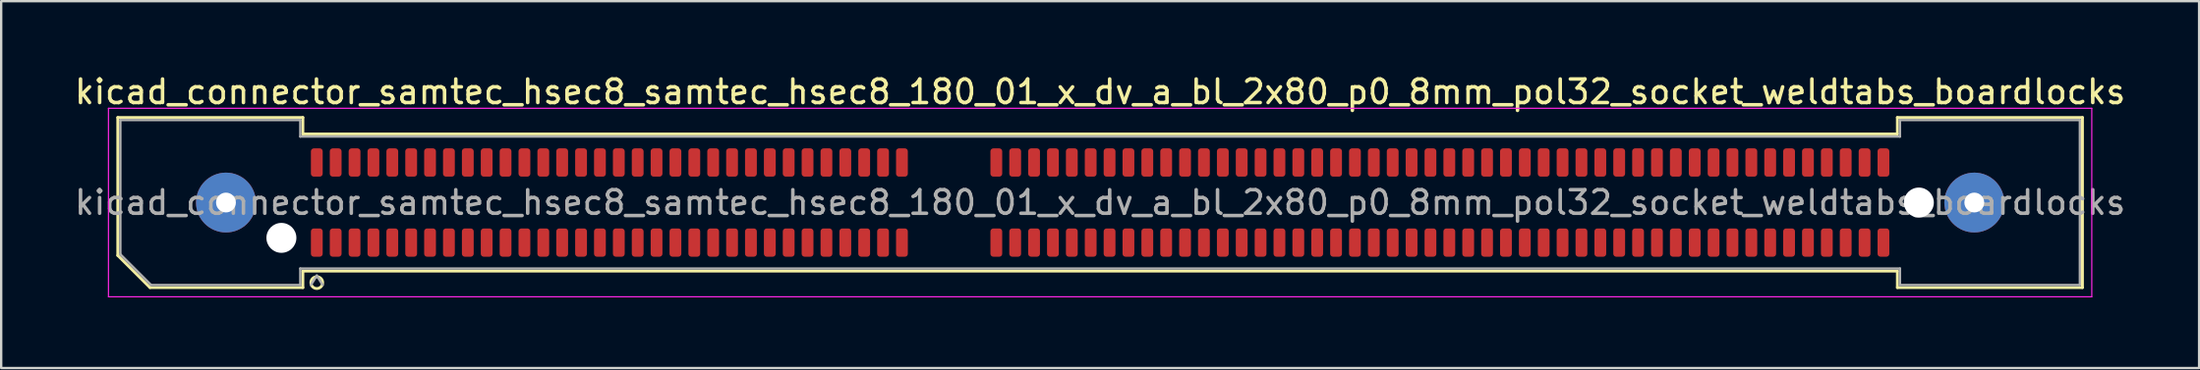
<source format=kicad_pcb>
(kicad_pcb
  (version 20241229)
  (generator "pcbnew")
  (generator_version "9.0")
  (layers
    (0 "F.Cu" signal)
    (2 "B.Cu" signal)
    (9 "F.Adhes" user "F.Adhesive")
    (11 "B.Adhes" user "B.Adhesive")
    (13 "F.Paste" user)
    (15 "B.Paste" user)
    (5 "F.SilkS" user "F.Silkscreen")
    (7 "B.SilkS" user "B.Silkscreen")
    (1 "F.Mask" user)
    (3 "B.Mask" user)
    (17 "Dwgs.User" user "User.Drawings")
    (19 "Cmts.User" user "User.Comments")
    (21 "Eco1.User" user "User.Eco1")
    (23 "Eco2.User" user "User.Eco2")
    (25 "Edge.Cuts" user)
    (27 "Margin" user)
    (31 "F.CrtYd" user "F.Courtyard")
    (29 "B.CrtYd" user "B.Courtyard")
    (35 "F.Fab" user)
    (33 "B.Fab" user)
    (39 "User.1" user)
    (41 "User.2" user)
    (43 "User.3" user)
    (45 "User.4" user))
  (footprint "kicad_connector_samtec_hsec8_samtec_hsec8_180_01_x_dv_a_bl_2x80_p0_8mm_pol32_socket_weldtabs_boardlocks"
    (layer "F.Cu")
    (at 43.577 5.548)
    (property "Reference" "kicad_connector_samtec_hsec8_samtec_hsec8_180_01_x_dv_a_bl_2x80_p0_8mm_pol32_socket_weldtabs_boardlocks" (at 0 -4.7 0) (layer "F.SilkS") (effects (font (size 1 1) (thickness 0.15))))
    (attr smd)
    (fp_line (start -41.635 -3.61) (end -33.79 -3.61) (stroke (width 0.12) (type solid)) (layer "F.SilkS"))
    (fp_line (start -41.635 2.246) (end -41.635 -3.61) (stroke (width 0.12) (type solid)) (layer "F.SilkS"))
    (fp_line (start -40.271 3.61) (end -41.635 2.246) (stroke (width 0.12) (type solid)) (layer "F.SilkS"))
    (fp_line (start -33.79 -3.61) (end -33.79 -2.91) (stroke (width 0.12) (type solid)) (layer "F.SilkS"))
    (fp_line (start -33.79 -2.91) (end 33.79 -2.91) (stroke (width 0.12) (type solid)) (layer "F.SilkS"))
    (fp_line (start -33.79 2.91) (end -33.79 3.61) (stroke (width 0.12) (type solid)) (layer "F.SilkS"))
    (fp_line (start -33.79 3.61) (end -40.271 3.61) (stroke (width 0.12) (type solid)) (layer "F.SilkS"))
    (fp_line (start 33.79 -3.61) (end 41.635 -3.61) (stroke (width 0.12) (type solid)) (layer "F.SilkS"))
    (fp_line (start 33.79 -2.91) (end 33.79 -3.61) (stroke (width 0.12) (type solid)) (layer "F.SilkS"))
    (fp_line (start 33.79 2.91) (end -33.79 2.91) (stroke (width 0.12) (type solid)) (layer "F.SilkS"))
    (fp_line (start 33.79 3.61) (end 33.79 2.91) (stroke (width 0.12) (type solid)) (layer "F.SilkS"))
    (fp_line (start 41.635 -3.61) (end 41.635 3.61) (stroke (width 0.12) (type solid)) (layer "F.SilkS"))
    (fp_line (start 41.635 3.61) (end 33.79 3.61) (stroke (width 0.12) (type solid)) (layer "F.SilkS"))
    (fp_circle (center -33.2 3.4) (end -32.95 3.4) (stroke (width 0.12) (type solid)) (fill no) (layer "F.SilkS"))
    (fp_line (start -42.03 -4) (end -42.03 4) (stroke (width 0.05) (type solid)) (layer "F.CrtYd"))
    (fp_line (start -42.03 4) (end 42.03 4) (stroke (width 0.05) (type solid)) (layer "F.CrtYd"))
    (fp_line (start 42.03 -4) (end -42.03 -4) (stroke (width 0.05) (type solid)) (layer "F.CrtYd"))
    (fp_line (start 42.03 4) (end 42.03 -4) (stroke (width 0.05) (type solid)) (layer "F.CrtYd"))
    (fp_line (start -41.525 -3.5) (end -33.9 -3.5) (stroke (width 0.1) (type solid)) (layer "F.Fab"))
    (fp_line (start -41.525 2.2) (end -41.525 -3.5) (stroke (width 0.1) (type solid)) (layer "F.Fab"))
    (fp_line (start -40.225 3.5) (end -41.525 2.2) (stroke (width 0.1) (type solid)) (layer "F.Fab"))
    (fp_line (start -33.9 -3.5) (end -33.9 -2.8) (stroke (width 0.1) (type solid)) (layer "F.Fab"))
    (fp_line (start -33.9 -2.8) (end 33.9 -2.8) (stroke (width 0.1) (type solid)) (layer "F.Fab"))
    (fp_line (start -33.9 2.8) (end -33.9 3.5) (stroke (width 0.1) (type solid)) (layer "F.Fab"))
    (fp_line (start -33.9 3.5) (end -40.225 3.5) (stroke (width 0.1) (type solid)) (layer "F.Fab"))
    (fp_line (start -33.2 3.1) (end -33.45 3.5) (stroke (width 0.1) (type solid)) (layer "F.Fab"))
    (fp_line (start -33.2 3.1) (end -32.95 3.5) (stroke (width 0.1) (type solid)) (layer "F.Fab"))
    (fp_line (start 33.9 -3.5) (end 41.525 -3.5) (stroke (width 0.1) (type solid)) (layer "F.Fab"))
    (fp_line (start 33.9 -2.8) (end 33.9 -3.5) (stroke (width 0.1) (type solid)) (layer "F.Fab"))
    (fp_line (start 33.9 2.8) (end -33.9 2.8) (stroke (width 0.1) (type solid)) (layer "F.Fab"))
    (fp_line (start 33.9 3.5) (end 33.9 2.8) (stroke (width 0.1) (type solid)) (layer "F.Fab"))
    (fp_line (start 41.525 -3.5) (end 41.525 3.5) (stroke (width 0.1) (type solid)) (layer "F.Fab"))
    (fp_line (start 41.525 3.5) (end 33.9 3.5) (stroke (width 0.1) (type solid)) (layer "F.Fab"))
    (fp_text user "${REFERENCE}" (at 0 0 0) (layer "F.Fab") (effects (font (size 1 1) (thickness 0.15))))
    (pad "" thru_hole circle (at -37.05 0) (size 2.54 2.54) (drill 0.84) (layers "*.Cu" "*.Mask" "F.Paste"))
    (pad "" np_thru_hole circle (at -34.7 1.5) (size 1.27 1.27) (drill 1.27) (layers "*.Cu" "*.Mask"))
    (pad "" np_thru_hole circle (at 34.7 0) (size 1.27 1.27) (drill 1.27) (layers "*.Cu" "*.Mask"))
    (pad "" thru_hole circle (at 37.05 0) (size 2.54 2.54) (drill 0.84) (layers "*.Cu" "*.Mask" "F.Paste"))
    (pad "1" smd roundrect (at -33.2 1.7) (size 0.5 1.2) (layers "F.Cu" "F.Mask" "F.Paste") (roundrect_rratio 0.25))
    (pad "2" smd roundrect (at -33.2 -1.7) (size 0.5 1.2) (layers "F.Cu" "F.Mask" "F.Paste") (roundrect_rratio 0.25))
    (pad "3" smd roundrect (at -32.4 1.7) (size 0.5 1.2) (layers "F.Cu" "F.Mask" "F.Paste") (roundrect_rratio 0.25))
    (pad "4" smd roundrect (at -32.4 -1.7) (size 0.5 1.2) (layers "F.Cu" "F.Mask" "F.Paste") (roundrect_rratio 0.25))
    (pad "5" smd roundrect (at -31.6 1.7) (size 0.5 1.2) (layers "F.Cu" "F.Mask" "F.Paste") (roundrect_rratio 0.25))
    (pad "6" smd roundrect (at -31.6 -1.7) (size 0.5 1.2) (layers "F.Cu" "F.Mask" "F.Paste") (roundrect_rratio 0.25))
    (pad "7" smd roundrect (at -30.8 1.7) (size 0.5 1.2) (layers "F.Cu" "F.Mask" "F.Paste") (roundrect_rratio 0.25))
    (pad "8" smd roundrect (at -30.8 -1.7) (size 0.5 1.2) (layers "F.Cu" "F.Mask" "F.Paste") (roundrect_rratio 0.25))
    (pad "9" smd roundrect (at -30 1.7) (size 0.5 1.2) (layers "F.Cu" "F.Mask" "F.Paste") (roundrect_rratio 0.25))
    (pad "10" smd roundrect (at -30 -1.7) (size 0.5 1.2) (layers "F.Cu" "F.Mask" "F.Paste") (roundrect_rratio 0.25))
    (pad "11" smd roundrect (at -29.2 1.7) (size 0.5 1.2) (layers "F.Cu" "F.Mask" "F.Paste") (roundrect_rratio 0.25))
    (pad "12" smd roundrect (at -29.2 -1.7) (size 0.5 1.2) (layers "F.Cu" "F.Mask" "F.Paste") (roundrect_rratio 0.25))
    (pad "13" smd roundrect (at -28.4 1.7) (size 0.5 1.2) (layers "F.Cu" "F.Mask" "F.Paste") (roundrect_rratio 0.25))
    (pad "14" smd roundrect (at -28.4 -1.7) (size 0.5 1.2) (layers "F.Cu" "F.Mask" "F.Paste") (roundrect_rratio 0.25))
    (pad "15" smd roundrect (at -27.6 1.7) (size 0.5 1.2) (layers "F.Cu" "F.Mask" "F.Paste") (roundrect_rratio 0.25))
    (pad "16" smd roundrect (at -27.6 -1.7) (size 0.5 1.2) (layers "F.Cu" "F.Mask" "F.Paste") (roundrect_rratio 0.25))
    (pad "17" smd roundrect (at -26.8 1.7) (size 0.5 1.2) (layers "F.Cu" "F.Mask" "F.Paste") (roundrect_rratio 0.25))
    (pad "18" smd roundrect (at -26.8 -1.7) (size 0.5 1.2) (layers "F.Cu" "F.Mask" "F.Paste") (roundrect_rratio 0.25))
    (pad "19" smd roundrect (at -26 1.7) (size 0.5 1.2) (layers "F.Cu" "F.Mask" "F.Paste") (roundrect_rratio 0.25))
    (pad "20" smd roundrect (at -26 -1.7) (size 0.5 1.2) (layers "F.Cu" "F.Mask" "F.Paste") (roundrect_rratio 0.25))
    (pad "21" smd roundrect (at -25.2 1.7) (size 0.5 1.2) (layers "F.Cu" "F.Mask" "F.Paste") (roundrect_rratio 0.25))
    (pad "22" smd roundrect (at -25.2 -1.7) (size 0.5 1.2) (layers "F.Cu" "F.Mask" "F.Paste") (roundrect_rratio 0.25))
    (pad "23" smd roundrect (at -24.4 1.7) (size 0.5 1.2) (layers "F.Cu" "F.Mask" "F.Paste") (roundrect_rratio 0.25))
    (pad "24" smd roundrect (at -24.4 -1.7) (size 0.5 1.2) (layers "F.Cu" "F.Mask" "F.Paste") (roundrect_rratio 0.25))
    (pad "25" smd roundrect (at -23.6 1.7) (size 0.5 1.2) (layers "F.Cu" "F.Mask" "F.Paste") (roundrect_rratio 0.25))
    (pad "26" smd roundrect (at -23.6 -1.7) (size 0.5 1.2) (layers "F.Cu" "F.Mask" "F.Paste") (roundrect_rratio 0.25))
    (pad "27" smd roundrect (at -22.8 1.7) (size 0.5 1.2) (layers "F.Cu" "F.Mask" "F.Paste") (roundrect_rratio 0.25))
    (pad "28" smd roundrect (at -22.8 -1.7) (size 0.5 1.2) (layers "F.Cu" "F.Mask" "F.Paste") (roundrect_rratio 0.25))
    (pad "29" smd roundrect (at -22 1.7) (size 0.5 1.2) (layers "F.Cu" "F.Mask" "F.Paste") (roundrect_rratio 0.25))
    (pad "30" smd roundrect (at -22 -1.7) (size 0.5 1.2) (layers "F.Cu" "F.Mask" "F.Paste") (roundrect_rratio 0.25))
    (pad "31" smd roundrect (at -21.2 1.7) (size 0.5 1.2) (layers "F.Cu" "F.Mask" "F.Paste") (roundrect_rratio 0.25))
    (pad "32" smd roundrect (at -21.2 -1.7) (size 0.5 1.2) (layers "F.Cu" "F.Mask" "F.Paste") (roundrect_rratio 0.25))
    (pad "33" smd roundrect (at -20.4 1.7) (size 0.5 1.2) (layers "F.Cu" "F.Mask" "F.Paste") (roundrect_rratio 0.25))
    (pad "34" smd roundrect (at -20.4 -1.7) (size 0.5 1.2) (layers "F.Cu" "F.Mask" "F.Paste") (roundrect_rratio 0.25))
    (pad "35" smd roundrect (at -19.6 1.7) (size 0.5 1.2) (layers "F.Cu" "F.Mask" "F.Paste") (roundrect_rratio 0.25))
    (pad "36" smd roundrect (at -19.6 -1.7) (size 0.5 1.2) (layers "F.Cu" "F.Mask" "F.Paste") (roundrect_rratio 0.25))
    (pad "37" smd roundrect (at -18.8 1.7) (size 0.5 1.2) (layers "F.Cu" "F.Mask" "F.Paste") (roundrect_rratio 0.25))
    (pad "38" smd roundrect (at -18.8 -1.7) (size 0.5 1.2) (layers "F.Cu" "F.Mask" "F.Paste") (roundrect_rratio 0.25))
    (pad "39" smd roundrect (at -18 1.7) (size 0.5 1.2) (layers "F.Cu" "F.Mask" "F.Paste") (roundrect_rratio 0.25))
    (pad "40" smd roundrect (at -18 -1.7) (size 0.5 1.2) (layers "F.Cu" "F.Mask" "F.Paste") (roundrect_rratio 0.25))
    (pad "41" smd roundrect (at -17.2 1.7) (size 0.5 1.2) (layers "F.Cu" "F.Mask" "F.Paste") (roundrect_rratio 0.25))
    (pad "42" smd roundrect (at -17.2 -1.7) (size 0.5 1.2) (layers "F.Cu" "F.Mask" "F.Paste") (roundrect_rratio 0.25))
    (pad "43" smd roundrect (at -16.4 1.7) (size 0.5 1.2) (layers "F.Cu" "F.Mask" "F.Paste") (roundrect_rratio 0.25))
    (pad "44" smd roundrect (at -16.4 -1.7) (size 0.5 1.2) (layers "F.Cu" "F.Mask" "F.Paste") (roundrect_rratio 0.25))
    (pad "45" smd roundrect (at -15.6 1.7) (size 0.5 1.2) (layers "F.Cu" "F.Mask" "F.Paste") (roundrect_rratio 0.25))
    (pad "46" smd roundrect (at -15.6 -1.7) (size 0.5 1.2) (layers "F.Cu" "F.Mask" "F.Paste") (roundrect_rratio 0.25))
    (pad "47" smd roundrect (at -14.8 1.7) (size 0.5 1.2) (layers "F.Cu" "F.Mask" "F.Paste") (roundrect_rratio 0.25))
    (pad "48" smd roundrect (at -14.8 -1.7) (size 0.5 1.2) (layers "F.Cu" "F.Mask" "F.Paste") (roundrect_rratio 0.25))
    (pad "49" smd roundrect (at -14 1.7) (size 0.5 1.2) (layers "F.Cu" "F.Mask" "F.Paste") (roundrect_rratio 0.25))
    (pad "50" smd roundrect (at -14 -1.7) (size 0.5 1.2) (layers "F.Cu" "F.Mask" "F.Paste") (roundrect_rratio 0.25))
    (pad "51" smd roundrect (at -13.2 1.7) (size 0.5 1.2) (layers "F.Cu" "F.Mask" "F.Paste") (roundrect_rratio 0.25))
    (pad "52" smd roundrect (at -13.2 -1.7) (size 0.5 1.2) (layers "F.Cu" "F.Mask" "F.Paste") (roundrect_rratio 0.25))
    (pad "53" smd roundrect (at -12.4 1.7) (size 0.5 1.2) (layers "F.Cu" "F.Mask" "F.Paste") (roundrect_rratio 0.25))
    (pad "54" smd roundrect (at -12.4 -1.7) (size 0.5 1.2) (layers "F.Cu" "F.Mask" "F.Paste") (roundrect_rratio 0.25))
    (pad "55" smd roundrect (at -11.6 1.7) (size 0.5 1.2) (layers "F.Cu" "F.Mask" "F.Paste") (roundrect_rratio 0.25))
    (pad "56" smd roundrect (at -11.6 -1.7) (size 0.5 1.2) (layers "F.Cu" "F.Mask" "F.Paste") (roundrect_rratio 0.25))
    (pad "57" smd roundrect (at -10.8 1.7) (size 0.5 1.2) (layers "F.Cu" "F.Mask" "F.Paste") (roundrect_rratio 0.25))
    (pad "58" smd roundrect (at -10.8 -1.7) (size 0.5 1.2) (layers "F.Cu" "F.Mask" "F.Paste") (roundrect_rratio 0.25))
    (pad "59" smd roundrect (at -10 1.7) (size 0.5 1.2) (layers "F.Cu" "F.Mask" "F.Paste") (roundrect_rratio 0.25))
    (pad "60" smd roundrect (at -10 -1.7) (size 0.5 1.2) (layers "F.Cu" "F.Mask" "F.Paste") (roundrect_rratio 0.25))
    (pad "61" smd roundrect (at -9.2 1.7) (size 0.5 1.2) (layers "F.Cu" "F.Mask" "F.Paste") (roundrect_rratio 0.25))
    (pad "62" smd roundrect (at -9.2 -1.7) (size 0.5 1.2) (layers "F.Cu" "F.Mask" "F.Paste") (roundrect_rratio 0.25))
    (pad "63" smd roundrect (at -8.4 1.7) (size 0.5 1.2) (layers "F.Cu" "F.Mask" "F.Paste") (roundrect_rratio 0.25))
    (pad "64" smd roundrect (at -8.4 -1.7) (size 0.5 1.2) (layers "F.Cu" "F.Mask" "F.Paste") (roundrect_rratio 0.25))
    (pad "65" smd roundrect (at -4.4 1.7) (size 0.5 1.2) (layers "F.Cu" "F.Mask" "F.Paste") (roundrect_rratio 0.25))
    (pad "66" smd roundrect (at -4.4 -1.7) (size 0.5 1.2) (layers "F.Cu" "F.Mask" "F.Paste") (roundrect_rratio 0.25))
    (pad "67" smd roundrect (at -3.6 1.7) (size 0.5 1.2) (layers "F.Cu" "F.Mask" "F.Paste") (roundrect_rratio 0.25))
    (pad "68" smd roundrect (at -3.6 -1.7) (size 0.5 1.2) (layers "F.Cu" "F.Mask" "F.Paste") (roundrect_rratio 0.25))
    (pad "69" smd roundrect (at -2.8 1.7) (size 0.5 1.2) (layers "F.Cu" "F.Mask" "F.Paste") (roundrect_rratio 0.25))
    (pad "70" smd roundrect (at -2.8 -1.7) (size 0.5 1.2) (layers "F.Cu" "F.Mask" "F.Paste") (roundrect_rratio 0.25))
    (pad "71" smd roundrect (at -2 1.7) (size 0.5 1.2) (layers "F.Cu" "F.Mask" "F.Paste") (roundrect_rratio 0.25))
    (pad "72" smd roundrect (at -2 -1.7) (size 0.5 1.2) (layers "F.Cu" "F.Mask" "F.Paste") (roundrect_rratio 0.25))
    (pad "73" smd roundrect (at -1.2 1.7) (size 0.5 1.2) (layers "F.Cu" "F.Mask" "F.Paste") (roundrect_rratio 0.25))
    (pad "74" smd roundrect (at -1.2 -1.7) (size 0.5 1.2) (layers "F.Cu" "F.Mask" "F.Paste") (roundrect_rratio 0.25))
    (pad "75" smd roundrect (at -0.4 1.7) (size 0.5 1.2) (layers "F.Cu" "F.Mask" "F.Paste") (roundrect_rratio 0.25))
    (pad "76" smd roundrect (at -0.4 -1.7) (size 0.5 1.2) (layers "F.Cu" "F.Mask" "F.Paste") (roundrect_rratio 0.25))
    (pad "77" smd roundrect (at 0.4 1.7) (size 0.5 1.2) (layers "F.Cu" "F.Mask" "F.Paste") (roundrect_rratio 0.25))
    (pad "78" smd roundrect (at 0.4 -1.7) (size 0.5 1.2) (layers "F.Cu" "F.Mask" "F.Paste") (roundrect_rratio 0.25))
    (pad "79" smd roundrect (at 1.2 1.7) (size 0.5 1.2) (layers "F.Cu" "F.Mask" "F.Paste") (roundrect_rratio 0.25))
    (pad "80" smd roundrect (at 1.2 -1.7) (size 0.5 1.2) (layers "F.Cu" "F.Mask" "F.Paste") (roundrect_rratio 0.25))
    (pad "81" smd roundrect (at 2 1.7) (size 0.5 1.2) (layers "F.Cu" "F.Mask" "F.Paste") (roundrect_rratio 0.25))
    (pad "82" smd roundrect (at 2 -1.7) (size 0.5 1.2) (layers "F.Cu" "F.Mask" "F.Paste") (roundrect_rratio 0.25))
    (pad "83" smd roundrect (at 2.8 1.7) (size 0.5 1.2) (layers "F.Cu" "F.Mask" "F.Paste") (roundrect_rratio 0.25))
    (pad "84" smd roundrect (at 2.8 -1.7) (size 0.5 1.2) (layers "F.Cu" "F.Mask" "F.Paste") (roundrect_rratio 0.25))
    (pad "85" smd roundrect (at 3.6 1.7) (size 0.5 1.2) (layers "F.Cu" "F.Mask" "F.Paste") (roundrect_rratio 0.25))
    (pad "86" smd roundrect (at 3.6 -1.7) (size 0.5 1.2) (layers "F.Cu" "F.Mask" "F.Paste") (roundrect_rratio 0.25))
    (pad "87" smd roundrect (at 4.4 1.7) (size 0.5 1.2) (layers "F.Cu" "F.Mask" "F.Paste") (roundrect_rratio 0.25))
    (pad "88" smd roundrect (at 4.4 -1.7) (size 0.5 1.2) (layers "F.Cu" "F.Mask" "F.Paste") (roundrect_rratio 0.25))
    (pad "89" smd roundrect (at 5.2 1.7) (size 0.5 1.2) (layers "F.Cu" "F.Mask" "F.Paste") (roundrect_rratio 0.25))
    (pad "90" smd roundrect (at 5.2 -1.7) (size 0.5 1.2) (layers "F.Cu" "F.Mask" "F.Paste") (roundrect_rratio 0.25))
    (pad "91" smd roundrect (at 6 1.7) (size 0.5 1.2) (layers "F.Cu" "F.Mask" "F.Paste") (roundrect_rratio 0.25))
    (pad "92" smd roundrect (at 6 -1.7) (size 0.5 1.2) (layers "F.Cu" "F.Mask" "F.Paste") (roundrect_rratio 0.25))
    (pad "93" smd roundrect (at 6.8 1.7) (size 0.5 1.2) (layers "F.Cu" "F.Mask" "F.Paste") (roundrect_rratio 0.25))
    (pad "94" smd roundrect (at 6.8 -1.7) (size 0.5 1.2) (layers "F.Cu" "F.Mask" "F.Paste") (roundrect_rratio 0.25))
    (pad "95" smd roundrect (at 7.6 1.7) (size 0.5 1.2) (layers "F.Cu" "F.Mask" "F.Paste") (roundrect_rratio 0.25))
    (pad "96" smd roundrect (at 7.6 -1.7) (size 0.5 1.2) (layers "F.Cu" "F.Mask" "F.Paste") (roundrect_rratio 0.25))
    (pad "97" smd roundrect (at 8.4 1.7) (size 0.5 1.2) (layers "F.Cu" "F.Mask" "F.Paste") (roundrect_rratio 0.25))
    (pad "98" smd roundrect (at 8.4 -1.7) (size 0.5 1.2) (layers "F.Cu" "F.Mask" "F.Paste") (roundrect_rratio 0.25))
    (pad "99" smd roundrect (at 9.2 1.7) (size 0.5 1.2) (layers "F.Cu" "F.Mask" "F.Paste") (roundrect_rratio 0.25))
    (pad "100" smd roundrect (at 9.2 -1.7) (size 0.5 1.2) (layers "F.Cu" "F.Mask" "F.Paste") (roundrect_rratio 0.25))
    (pad "101" smd roundrect (at 10 1.7) (size 0.5 1.2) (layers "F.Cu" "F.Mask" "F.Paste") (roundrect_rratio 0.25))
    (pad "102" smd roundrect (at 10 -1.7) (size 0.5 1.2) (layers "F.Cu" "F.Mask" "F.Paste") (roundrect_rratio 0.25))
    (pad "103" smd roundrect (at 10.8 1.7) (size 0.5 1.2) (layers "F.Cu" "F.Mask" "F.Paste") (roundrect_rratio 0.25))
    (pad "104" smd roundrect (at 10.8 -1.7) (size 0.5 1.2) (layers "F.Cu" "F.Mask" "F.Paste") (roundrect_rratio 0.25))
    (pad "105" smd roundrect (at 11.6 1.7) (size 0.5 1.2) (layers "F.Cu" "F.Mask" "F.Paste") (roundrect_rratio 0.25))
    (pad "106" smd roundrect (at 11.6 -1.7) (size 0.5 1.2) (layers "F.Cu" "F.Mask" "F.Paste") (roundrect_rratio 0.25))
    (pad "107" smd roundrect (at 12.4 1.7) (size 0.5 1.2) (layers "F.Cu" "F.Mask" "F.Paste") (roundrect_rratio 0.25))
    (pad "108" smd roundrect (at 12.4 -1.7) (size 0.5 1.2) (layers "F.Cu" "F.Mask" "F.Paste") (roundrect_rratio 0.25))
    (pad "109" smd roundrect (at 13.2 1.7) (size 0.5 1.2) (layers "F.Cu" "F.Mask" "F.Paste") (roundrect_rratio 0.25))
    (pad "110" smd roundrect (at 13.2 -1.7) (size 0.5 1.2) (layers "F.Cu" "F.Mask" "F.Paste") (roundrect_rratio 0.25))
    (pad "111" smd roundrect (at 14 1.7) (size 0.5 1.2) (layers "F.Cu" "F.Mask" "F.Paste") (roundrect_rratio 0.25))
    (pad "112" smd roundrect (at 14 -1.7) (size 0.5 1.2) (layers "F.Cu" "F.Mask" "F.Paste") (roundrect_rratio 0.25))
    (pad "113" smd roundrect (at 14.8 1.7) (size 0.5 1.2) (layers "F.Cu" "F.Mask" "F.Paste") (roundrect_rratio 0.25))
    (pad "114" smd roundrect (at 14.8 -1.7) (size 0.5 1.2) (layers "F.Cu" "F.Mask" "F.Paste") (roundrect_rratio 0.25))
    (pad "115" smd roundrect (at 15.6 1.7) (size 0.5 1.2) (layers "F.Cu" "F.Mask" "F.Paste") (roundrect_rratio 0.25))
    (pad "116" smd roundrect (at 15.6 -1.7) (size 0.5 1.2) (layers "F.Cu" "F.Mask" "F.Paste") (roundrect_rratio 0.25))
    (pad "117" smd roundrect (at 16.4 1.7) (size 0.5 1.2) (layers "F.Cu" "F.Mask" "F.Paste") (roundrect_rratio 0.25))
    (pad "118" smd roundrect (at 16.4 -1.7) (size 0.5 1.2) (layers "F.Cu" "F.Mask" "F.Paste") (roundrect_rratio 0.25))
    (pad "119" smd roundrect (at 17.2 1.7) (size 0.5 1.2) (layers "F.Cu" "F.Mask" "F.Paste") (roundrect_rratio 0.25))
    (pad "120" smd roundrect (at 17.2 -1.7) (size 0.5 1.2) (layers "F.Cu" "F.Mask" "F.Paste") (roundrect_rratio 0.25))
    (pad "121" smd roundrect (at 18 1.7) (size 0.5 1.2) (layers "F.Cu" "F.Mask" "F.Paste") (roundrect_rratio 0.25))
    (pad "122" smd roundrect (at 18 -1.7) (size 0.5 1.2) (layers "F.Cu" "F.Mask" "F.Paste") (roundrect_rratio 0.25))
    (pad "123" smd roundrect (at 18.8 1.7) (size 0.5 1.2) (layers "F.Cu" "F.Mask" "F.Paste") (roundrect_rratio 0.25))
    (pad "124" smd roundrect (at 18.8 -1.7) (size 0.5 1.2) (layers "F.Cu" "F.Mask" "F.Paste") (roundrect_rratio 0.25))
    (pad "125" smd roundrect (at 19.6 1.7) (size 0.5 1.2) (layers "F.Cu" "F.Mask" "F.Paste") (roundrect_rratio 0.25))
    (pad "126" smd roundrect (at 19.6 -1.7) (size 0.5 1.2) (layers "F.Cu" "F.Mask" "F.Paste") (roundrect_rratio 0.25))
    (pad "127" smd roundrect (at 20.4 1.7) (size 0.5 1.2) (layers "F.Cu" "F.Mask" "F.Paste") (roundrect_rratio 0.25))
    (pad "128" smd roundrect (at 20.4 -1.7) (size 0.5 1.2) (layers "F.Cu" "F.Mask" "F.Paste") (roundrect_rratio 0.25))
    (pad "129" smd roundrect (at 21.2 1.7) (size 0.5 1.2) (layers "F.Cu" "F.Mask" "F.Paste") (roundrect_rratio 0.25))
    (pad "130" smd roundrect (at 21.2 -1.7) (size 0.5 1.2) (layers "F.Cu" "F.Mask" "F.Paste") (roundrect_rratio 0.25))
    (pad "131" smd roundrect (at 22 1.7) (size 0.5 1.2) (layers "F.Cu" "F.Mask" "F.Paste") (roundrect_rratio 0.25))
    (pad "132" smd roundrect (at 22 -1.7) (size 0.5 1.2) (layers "F.Cu" "F.Mask" "F.Paste") (roundrect_rratio 0.25))
    (pad "133" smd roundrect (at 22.8 1.7) (size 0.5 1.2) (layers "F.Cu" "F.Mask" "F.Paste") (roundrect_rratio 0.25))
    (pad "134" smd roundrect (at 22.8 -1.7) (size 0.5 1.2) (layers "F.Cu" "F.Mask" "F.Paste") (roundrect_rratio 0.25))
    (pad "135" smd roundrect (at 23.6 1.7) (size 0.5 1.2) (layers "F.Cu" "F.Mask" "F.Paste") (roundrect_rratio 0.25))
    (pad "136" smd roundrect (at 23.6 -1.7) (size 0.5 1.2) (layers "F.Cu" "F.Mask" "F.Paste") (roundrect_rratio 0.25))
    (pad "137" smd roundrect (at 24.4 1.7) (size 0.5 1.2) (layers "F.Cu" "F.Mask" "F.Paste") (roundrect_rratio 0.25))
    (pad "138" smd roundrect (at 24.4 -1.7) (size 0.5 1.2) (layers "F.Cu" "F.Mask" "F.Paste") (roundrect_rratio 0.25))
    (pad "139" smd roundrect (at 25.2 1.7) (size 0.5 1.2) (layers "F.Cu" "F.Mask" "F.Paste") (roundrect_rratio 0.25))
    (pad "140" smd roundrect (at 25.2 -1.7) (size 0.5 1.2) (layers "F.Cu" "F.Mask" "F.Paste") (roundrect_rratio 0.25))
    (pad "141" smd roundrect (at 26 1.7) (size 0.5 1.2) (layers "F.Cu" "F.Mask" "F.Paste") (roundrect_rratio 0.25))
    (pad "142" smd roundrect (at 26 -1.7) (size 0.5 1.2) (layers "F.Cu" "F.Mask" "F.Paste") (roundrect_rratio 0.25))
    (pad "143" smd roundrect (at 26.8 1.7) (size 0.5 1.2) (layers "F.Cu" "F.Mask" "F.Paste") (roundrect_rratio 0.25))
    (pad "144" smd roundrect (at 26.8 -1.7) (size 0.5 1.2) (layers "F.Cu" "F.Mask" "F.Paste") (roundrect_rratio 0.25))
    (pad "145" smd roundrect (at 27.6 1.7) (size 0.5 1.2) (layers "F.Cu" "F.Mask" "F.Paste") (roundrect_rratio 0.25))
    (pad "146" smd roundrect (at 27.6 -1.7) (size 0.5 1.2) (layers "F.Cu" "F.Mask" "F.Paste") (roundrect_rratio 0.25))
    (pad "147" smd roundrect (at 28.4 1.7) (size 0.5 1.2) (layers "F.Cu" "F.Mask" "F.Paste") (roundrect_rratio 0.25))
    (pad "148" smd roundrect (at 28.4 -1.7) (size 0.5 1.2) (layers "F.Cu" "F.Mask" "F.Paste") (roundrect_rratio 0.25))
    (pad "149" smd roundrect (at 29.2 1.7) (size 0.5 1.2) (layers "F.Cu" "F.Mask" "F.Paste") (roundrect_rratio 0.25))
    (pad "150" smd roundrect (at 29.2 -1.7) (size 0.5 1.2) (layers "F.Cu" "F.Mask" "F.Paste") (roundrect_rratio 0.25))
    (pad "151" smd roundrect (at 30 1.7) (size 0.5 1.2) (layers "F.Cu" "F.Mask" "F.Paste") (roundrect_rratio 0.25))
    (pad "152" smd roundrect (at 30 -1.7) (size 0.5 1.2) (layers "F.Cu" "F.Mask" "F.Paste") (roundrect_rratio 0.25))
    (pad "153" smd roundrect (at 30.8 1.7) (size 0.5 1.2) (layers "F.Cu" "F.Mask" "F.Paste") (roundrect_rratio 0.25))
    (pad "154" smd roundrect (at 30.8 -1.7) (size 0.5 1.2) (layers "F.Cu" "F.Mask" "F.Paste") (roundrect_rratio 0.25))
    (pad "155" smd roundrect (at 31.6 1.7) (size 0.5 1.2) (layers "F.Cu" "F.Mask" "F.Paste") (roundrect_rratio 0.25))
    (pad "156" smd roundrect (at 31.6 -1.7) (size 0.5 1.2) (layers "F.Cu" "F.Mask" "F.Paste") (roundrect_rratio 0.25))
    (pad "157" smd roundrect (at 32.4 1.7) (size 0.5 1.2) (layers "F.Cu" "F.Mask" "F.Paste") (roundrect_rratio 0.25))
    (pad "158" smd roundrect (at 32.4 -1.7) (size 0.5 1.2) (layers "F.Cu" "F.Mask" "F.Paste") (roundrect_rratio 0.25))
    (pad "159" smd roundrect (at 33.2 1.7) (size 0.5 1.2) (layers "F.Cu" "F.Mask" "F.Paste") (roundrect_rratio 0.25))
    (pad "160" smd roundrect (at 33.2 -1.7) (size 0.5 1.2) (layers "F.Cu" "F.Mask" "F.Paste") (roundrect_rratio 0.25)))
  (gr_rect
    (start -3 -3)
    (end 90.155 12.573)
    (stroke (width 0.1) (type default))
    (fill no)
    (layer "Edge.Cuts")))
</source>
